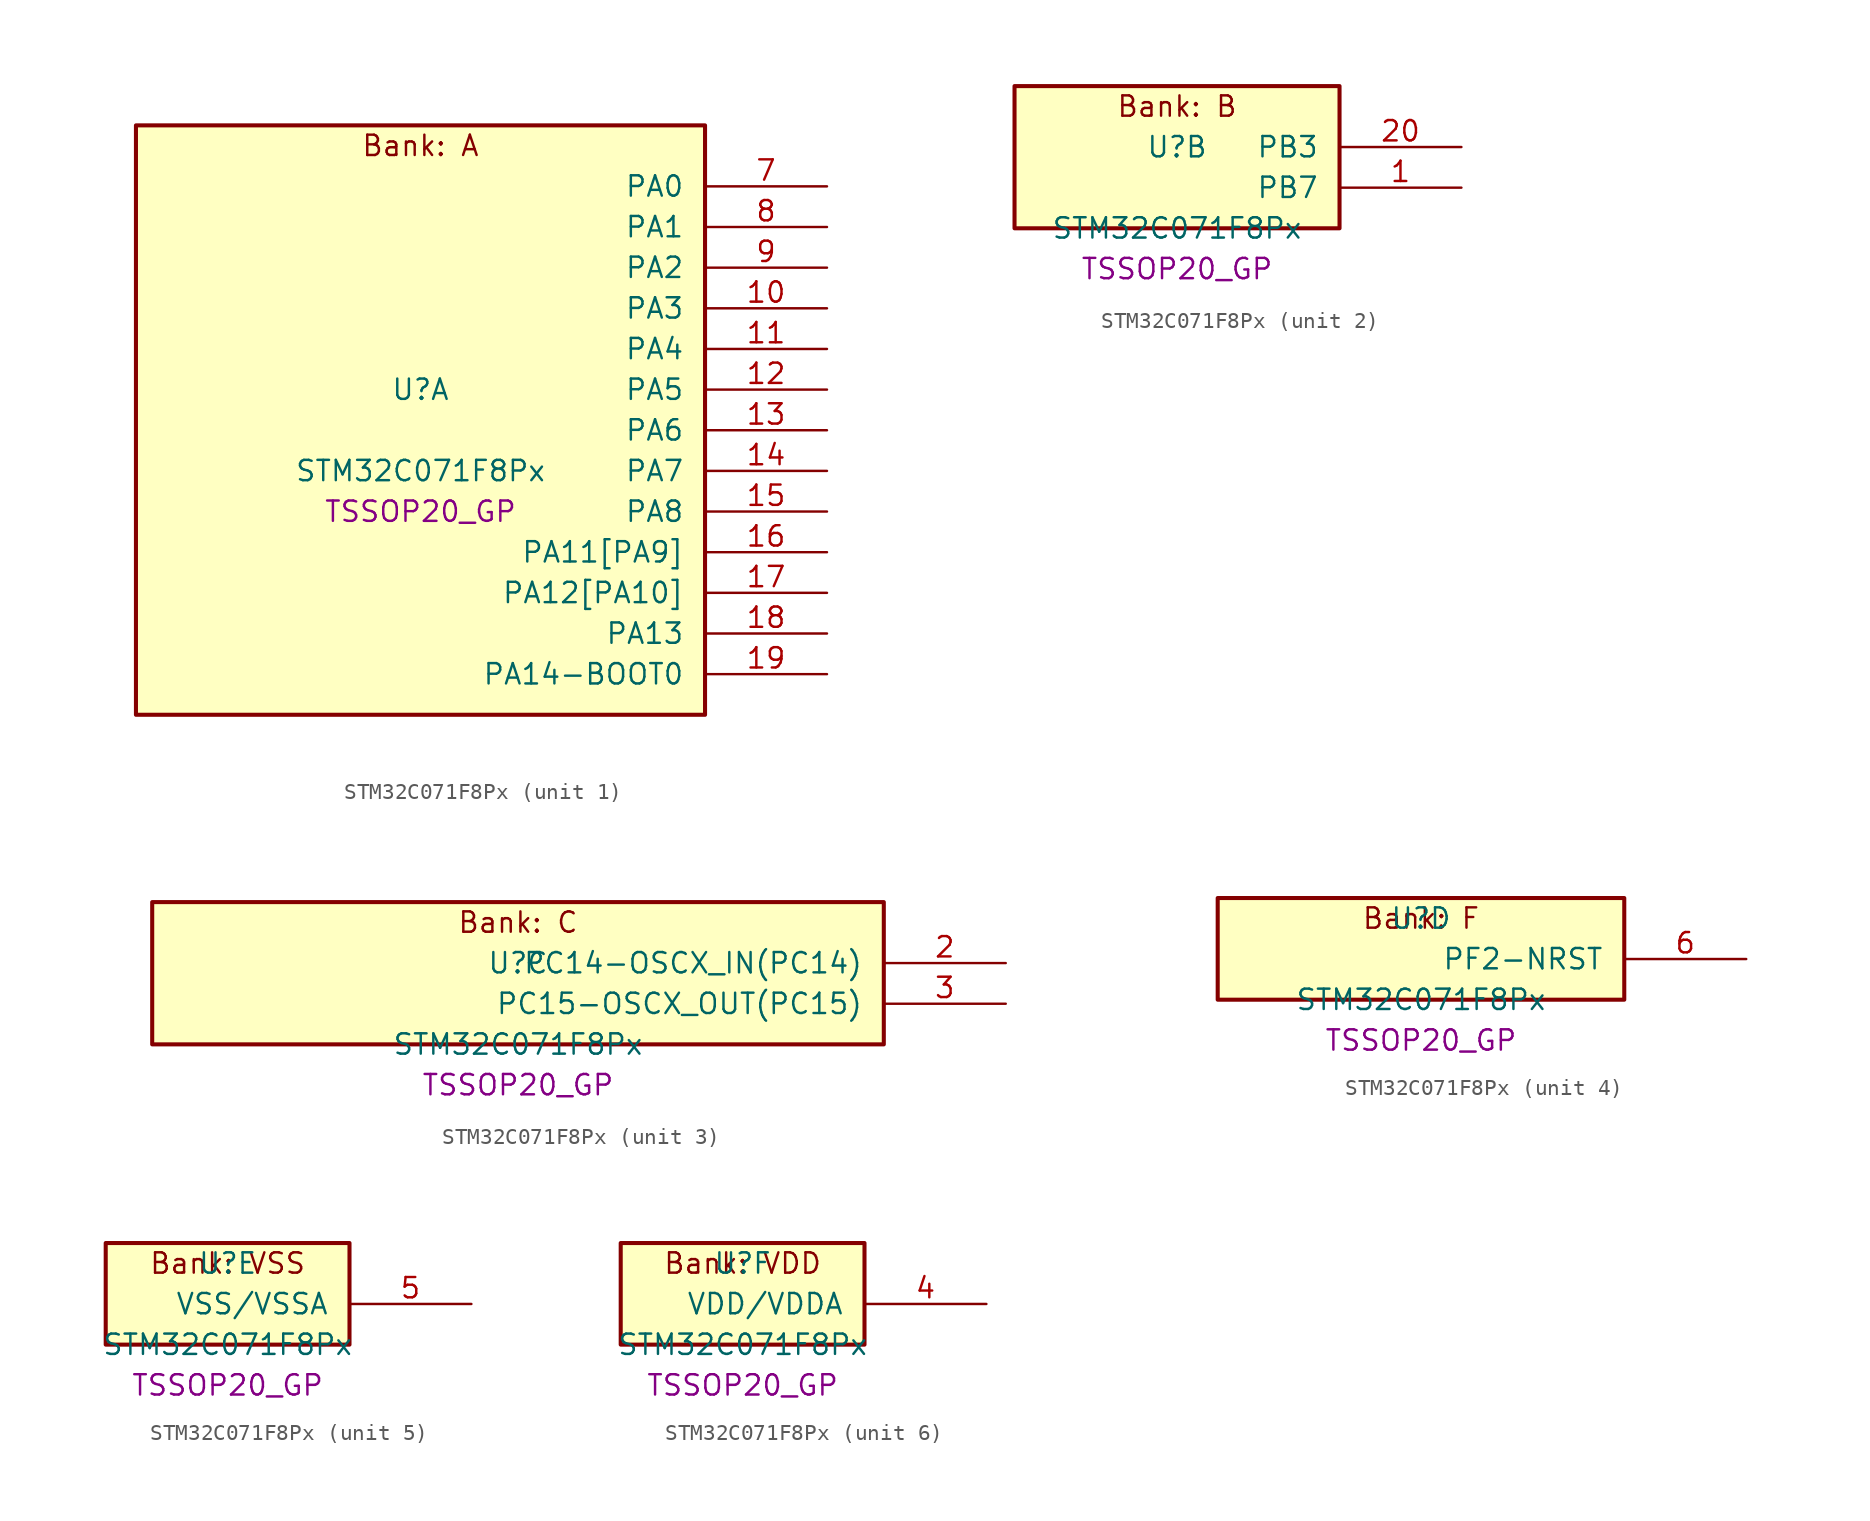
<source format=kicad_sym>
(kicad_symbol_lib
  (version 20241209)
  (generator "stm32_pkl_generator")
  (generator_version "1.0")
  (symbol "STM32C071F8Px"
    (pin_names
      (offset 1.27))
    (property "Reference" "U"
      (at 0 2.54 0))
    (property "Value" "STM32C071F8Px"
      (at 0 -2.54 0))
    (property "Footprint" "TSSOP20_GP"
      (at 0 -5.08 0))
    (symbol "STM32C071F8Px_1_1"
      (rectangle (start -17.78 19.05) (end 17.78 -17.78) (stroke (width 0.254) (type solid)) (fill (type background)))
      (text "Bank: A" (at 0 17.78 0))
      (pin bidirectional line (at 25.4 15.24 180) (length 7.62) (name "PA0") (number "7") (alternate "PA0/ADC1_IN0" bidirectional line) (alternate "PA0/PWR_WKUP1" bidirectional line) (alternate "PA0/SPI2_SCK" bidirectional line) (alternate "PA0/TIM16_CH1" bidirectional line) (alternate "PA0/TIM1_CH1" bidirectional line) (alternate "PA0/TIM2_CH1" bidirectional line) (alternate "PA0/TIM2_ETR" bidirectional line) (alternate "PA0/USART1_TX" bidirectional line) (alternate "PA0/USART2_CTS" bidirectional line) (alternate "PA0/USART2_NSS" bidirectional line))
      (pin bidirectional line (at 25.4 12.7 180) (length 7.62) (name "PA1") (number "8") (alternate "PA1/ADC1_IN1" bidirectional line) (alternate "PA1/I2C1_SMBA" bidirectional line) (alternate "PA1/I2S1_CK" bidirectional line) (alternate "PA1/SPI1_SCK" bidirectional line) (alternate "PA1/TIM17_CH1" bidirectional line) (alternate "PA1/TIM1_CH2" bidirectional line) (alternate "PA1/TIM2_CH2" bidirectional line) (alternate "PA1/USART1_RX" bidirectional line) (alternate "PA1/USART2_CK" bidirectional line) (alternate "PA1/USART2_DE" bidirectional line) (alternate "PA1/USART2_RTS" bidirectional line))
      (pin bidirectional line (at 25.4 10.16 180) (length 7.62) (name "PA2") (number "9") (alternate "PA2/ADC1_IN2" bidirectional line) (alternate "PA2/I2S1_SD" bidirectional line) (alternate "PA2/PWR_WKUP4" bidirectional line) (alternate "PA2/RCC_LSCO" bidirectional line) (alternate "PA2/SPI1_MOSI" bidirectional line) (alternate "PA2/TIM16_CH1N" bidirectional line) (alternate "PA2/TIM1_CH3" bidirectional line) (alternate "PA2/TIM2_CH3" bidirectional line) (alternate "PA2/TIM3_ETR" bidirectional line) (alternate "PA2/USART2_TX" bidirectional line))
      (pin bidirectional line (at 25.4 7.62 180) (length 7.62) (name "PA3") (number "10") (alternate "PA3/ADC1_IN3" bidirectional line) (alternate "PA3/SPI2_MISO" bidirectional line) (alternate "PA3/TIM1_CH1N" bidirectional line) (alternate "PA3/TIM1_CH4" bidirectional line) (alternate "PA3/TIM2_CH4" bidirectional line) (alternate "PA3/USART2_RX" bidirectional line))
      (pin bidirectional line (at 25.4 5.08 180) (length 7.62) (name "PA4") (number "11") (alternate "PA4/ADC1_IN4" bidirectional line) (alternate "PA4/I2S1_WS" bidirectional line) (alternate "PA4/PWR_WKUP2" bidirectional line) (alternate "PA4/RTC_OUT1" bidirectional line) (alternate "PA4/RTC_TS" bidirectional line) (alternate "PA4/SPI1_NSS" bidirectional line) (alternate "PA4/SPI2_MOSI" bidirectional line) (alternate "PA4/TIM14_CH1" bidirectional line) (alternate "PA4/TIM17_CH1N" bidirectional line) (alternate "PA4/TIM1_CH2N" bidirectional line) (alternate "PA4/USART2_TX" bidirectional line) (alternate "PA4/USB_NOE" bidirectional line))
      (pin bidirectional line (at 25.4 2.54 180) (length 7.62) (name "PA5") (number "12") (alternate "PA5/ADC1_IN5" bidirectional line) (alternate "PA5/I2S1_CK" bidirectional line) (alternate "PA5/SPI1_SCK" bidirectional line) (alternate "PA5/TIM1_CH1" bidirectional line) (alternate "PA5/TIM1_CH3N" bidirectional line) (alternate "PA5/TIM2_CH1" bidirectional line) (alternate "PA5/TIM2_ETR" bidirectional line) (alternate "PA5/USART2_RX" bidirectional line))
      (pin bidirectional line (at 25.4 0 180) (length 7.62) (name "PA6") (number "13") (alternate "PA6/ADC1_IN6" bidirectional line) (alternate "PA6/I2C2_SDA" bidirectional line) (alternate "PA6/I2S1_MCK" bidirectional line) (alternate "PA6/SPI1_MISO" bidirectional line) (alternate "PA6/TIM16_CH1" bidirectional line) (alternate "PA6/TIM1_BKIN" bidirectional line) (alternate "PA6/TIM3_CH1" bidirectional line))
      (pin bidirectional line (at 25.4 -2.54 180) (length 7.62) (name "PA7") (number "14") (alternate "PA7/ADC1_IN7" bidirectional line) (alternate "PA7/I2C2_SCL" bidirectional line) (alternate "PA7/I2S1_SD" bidirectional line) (alternate "PA7/SPI1_MOSI" bidirectional line) (alternate "PA7/TIM14_CH1" bidirectional line) (alternate "PA7/TIM17_CH1" bidirectional line) (alternate "PA7/TIM1_CH1N" bidirectional line) (alternate "PA7/TIM3_CH2" bidirectional line))
      (pin bidirectional line (at 25.4 -5.08 180) (length 7.62) (name "PA8") (number "15") (alternate "PA8/ADC1_IN8" bidirectional line) (alternate "PA8/CRS_SYNC" bidirectional line) (alternate "PA8/I2S1_WS" bidirectional line) (alternate "PA8/RCC_MCO" bidirectional line) (alternate "PA8/RCC_MCO_2" bidirectional line) (alternate "PA8/SPI1_NSS" bidirectional line) (alternate "PA8/SPI2_MISO" bidirectional line) (alternate "PA8/SPI2_NSS" bidirectional line) (alternate "PA8/TIM14_CH1" bidirectional line) (alternate "PA8/TIM1_CH1" bidirectional line) (alternate "PA8/TIM1_CH2N" bidirectional line) (alternate "PA8/TIM1_CH3N" bidirectional line) (alternate "PA8/TIM3_CH3" bidirectional line) (alternate "PA8/TIM3_CH4" bidirectional line) (alternate "PA8/USART1_RX" bidirectional line) (alternate "PA8/USART2_TX" bidirectional line))
      (pin bidirectional line (at 25.4 -7.62 180) (length 7.62) (name "PA11[PA9]") (number "16") (alternate "PA11[PA9]/ADC1_EXTI11" bidirectional line) (alternate "PA11[PA9]/I2C2_SCL" bidirectional line) (alternate "PA11[PA9]/I2S1_MCK" bidirectional line) (alternate "PA11[PA9]/SPI1_MISO" bidirectional line) (alternate "PA11[PA9]/TIM1_BKIN2" bidirectional line) (alternate "PA11[PA9]/TIM1_CH4" bidirectional line) (alternate "PA11[PA9]/USART1_CTS" bidirectional line) (alternate "PA11[PA9]/USART1_NSS" bidirectional line) (alternate "PA11[PA9]/USB_DM" bidirectional line) (alternate "PA11[PA9]/PA9[PA11]" bidirectional line) (alternate "PA11[PA9]/I2C1_SCL" bidirectional line) (alternate "PA11[PA9]/RCC_MCO" bidirectional line) (alternate "PA11[PA9]/SPI2_MISO" bidirectional line) (alternate "PA11[PA9]/TIM1_CH2" bidirectional line) (alternate "PA11[PA9]/TIM3_ETR" bidirectional line) (alternate "PA11[PA9]/USART1_TX" bidirectional line))
      (pin bidirectional line (at 25.4 -10.16 180) (length 7.62) (name "PA12[PA10]") (number "17") (alternate "PA12[PA10]/I2C2_SDA" bidirectional line) (alternate "PA12[PA10]/I2S1_SD" bidirectional line) (alternate "PA12[PA10]/I2S_CKIN" bidirectional line) (alternate "PA12[PA10]/SPI1_MOSI" bidirectional line) (alternate "PA12[PA10]/TIM1_ETR" bidirectional line) (alternate "PA12[PA10]/USART1_CK" bidirectional line) (alternate "PA12[PA10]/USART1_DE" bidirectional line) (alternate "PA12[PA10]/USART1_RTS" bidirectional line) (alternate "PA12[PA10]/USB_DP" bidirectional line) (alternate "PA12[PA10]/PA10[PA12]" bidirectional line) (alternate "PA12[PA10]/I2C1_SDA" bidirectional line) (alternate "PA12[PA10]/RCC_MCO_2" bidirectional line) (alternate "PA12[PA10]/SPI2_MOSI" bidirectional line) (alternate "PA12[PA10]/TIM17_BKIN" bidirectional line) (alternate "PA12[PA10]/TIM1_CH3" bidirectional line) (alternate "PA12[PA10]/USART1_RX" bidirectional line))
      (pin bidirectional line (at 25.4 -12.7 180) (length 7.62) (name "PA13") (number "18") (alternate "PA13/ADC1_IN13" bidirectional line) (alternate "PA13/DEBUG_SWDIO" bidirectional line) (alternate "PA13/IR_OUT" bidirectional line) (alternate "PA13/TIM3_ETR" bidirectional line) (alternate "PA13/USART2_RX" bidirectional line) (alternate "PA13/USB_NOE" bidirectional line))
      (pin bidirectional line (at 25.4 -15.24 180) (length 7.62) (name "PA14-BOOT0") (number "19") (alternate "PA14-BOOT0/ADC1_IN14" bidirectional line) (alternate "PA14-BOOT0/DEBUG_SWCLK" bidirectional line) (alternate "PA14-BOOT0/I2S1_WS" bidirectional line) (alternate "PA14-BOOT0/RCC_MCO_2" bidirectional line) (alternate "PA14-BOOT0/SPI1_NSS" bidirectional line) (alternate "PA14-BOOT0/TIM1_CH1" bidirectional line) (alternate "PA14-BOOT0/USART1_CK" bidirectional line) (alternate "PA14-BOOT0/USART1_DE" bidirectional line) (alternate "PA14-BOOT0/USART1_RTS" bidirectional line) (alternate "PA14-BOOT0/USART2_RX" bidirectional line) (alternate "PA14-BOOT0/USART2_TX" bidirectional line) (alternate "PA14-BOOT0/PA15" bidirectional line) (alternate "PA14-BOOT0/TIM2_CH1" bidirectional line) (alternate "PA14-BOOT0/TIM2_ETR" bidirectional line) (alternate "PA14-BOOT0/USB_NOE" bidirectional line)))
    (symbol "STM32C071F8Px_2_1"
      (rectangle (start -10.16 6.35) (end 10.16 -2.54) (stroke (width 0.254) (type solid)) (fill (type background)))
      (text "Bank: B" (at 0 5.08 0))
      (pin bidirectional line (at 17.78 2.54 180) (length 7.62) (name "PB3") (number "20") (alternate "PB3/I2C2_SCL" bidirectional line) (alternate "PB3/I2S1_CK" bidirectional line) (alternate "PB3/SPI1_SCK" bidirectional line) (alternate "PB3/TIM1_CH2" bidirectional line) (alternate "PB3/TIM2_CH2" bidirectional line) (alternate "PB3/TIM3_CH2" bidirectional line) (alternate "PB3/USART1_CK" bidirectional line) (alternate "PB3/USART1_DE" bidirectional line) (alternate "PB3/USART1_RTS" bidirectional line) (alternate "PB3/PB4" bidirectional line) (alternate "PB3/I2C2_SDA" bidirectional line) (alternate "PB3/I2S1_MCK" bidirectional line) (alternate "PB3/SPI1_MISO" bidirectional line) (alternate "PB3/TIM17_BKIN" bidirectional line) (alternate "PB3/TIM3_CH1" bidirectional line) (alternate "PB3/USART1_CTS" bidirectional line) (alternate "PB3/USART1_NSS" bidirectional line) (alternate "PB3/PB5" bidirectional line) (alternate "PB3/I2C1_SMBA" bidirectional line) (alternate "PB3/I2S1_SD" bidirectional line) (alternate "PB3/PWR_WKUP6" bidirectional line) (alternate "PB3/SPI1_MOSI" bidirectional line) (alternate "PB3/TIM16_BKIN" bidirectional line) (alternate "PB3/TIM3_CH3" bidirectional line) (alternate "PB3/PB6" bidirectional line) (alternate "PB3/I2C1_SCL" bidirectional line) (alternate "PB3/PWR_WKUP3" bidirectional line) (alternate "PB3/SPI2_MISO" bidirectional line) (alternate "PB3/TIM16_CH1N" bidirectional line) (alternate "PB3/TIM1_CH3" bidirectional line) (alternate "PB3/USART1_TX" bidirectional line))
      (pin bidirectional line (at 17.78 0 180) (length 7.62) (name "PB7") (number "1") (alternate "PB7/I2C1_SCL" bidirectional line) (alternate "PB7/I2C1_SDA" bidirectional line) (alternate "PB7/RTC_REFIN" bidirectional line) (alternate "PB7/SPI2_MOSI" bidirectional line) (alternate "PB7/TIM16_CH1" bidirectional line) (alternate "PB7/TIM17_CH1N" bidirectional line) (alternate "PB7/TIM1_CH4" bidirectional line) (alternate "PB7/TIM3_CH1" bidirectional line) (alternate "PB7/TIM3_CH4" bidirectional line) (alternate "PB7/USART1_RX" bidirectional line) (alternate "PB7/USART2_CTS" bidirectional line) (alternate "PB7/USART2_NSS" bidirectional line) (alternate "PB7/PB8" bidirectional line) (alternate "PB7/SPI2_SCK" bidirectional line)))
    (symbol "STM32C071F8Px_3_1"
      (rectangle (start -22.86 6.35) (end 22.86 -2.54) (stroke (width 0.254) (type solid)) (fill (type background)))
      (text "Bank: C" (at 0 5.08 0))
      (pin bidirectional line (at 30.48 2.54 180) (length 7.62) (name "PC14-OSCX_IN(PC14)") (number "2") (alternate "PC14-OSCX_IN(PC14)/I2C1_SDA" bidirectional line) (alternate "PC14-OSCX_IN(PC14)/IR_OUT" bidirectional line) (alternate "PC14-OSCX_IN(PC14)/RCC_OSCX_IN" bidirectional line) (alternate "PC14-OSCX_IN(PC14)/SPI2_NSS" bidirectional line) (alternate "PC14-OSCX_IN(PC14)/TIM17_CH1" bidirectional line) (alternate "PC14-OSCX_IN(PC14)/TIM1_BKIN2" bidirectional line) (alternate "PC14-OSCX_IN(PC14)/TIM1_ETR" bidirectional line) (alternate "PC14-OSCX_IN(PC14)/TIM3_CH2" bidirectional line) (alternate "PC14-OSCX_IN(PC14)/USART1_TX" bidirectional line) (alternate "PC14-OSCX_IN(PC14)/USART2_CK" bidirectional line) (alternate "PC14-OSCX_IN(PC14)/USART2_DE" bidirectional line) (alternate "PC14-OSCX_IN(PC14)/USART2_RTS" bidirectional line))
      (pin bidirectional line (at 30.48 0 180) (length 7.62) (name "PC15-OSCX_OUT(PC15)") (number "3") (alternate "PC15-OSCX_OUT(PC15)/RCC_OSC32_EN" bidirectional line) (alternate "PC15-OSCX_OUT(PC15)/RCC_OSCX_OUT" bidirectional line) (alternate "PC15-OSCX_OUT(PC15)/RCC_OSC_EN" bidirectional line) (alternate "PC15-OSCX_OUT(PC15)/TIM1_ETR" bidirectional line) (alternate "PC15-OSCX_OUT(PC15)/TIM3_CH3" bidirectional line)))
    (symbol "STM32C071F8Px_4_1"
      (rectangle (start -12.7 3.81) (end 12.7 -2.54) (stroke (width 0.254) (type solid)) (fill (type background)))
      (text "Bank: F" (at 0 2.54 0))
      (pin bidirectional line (at 20.32 0 180) (length 7.62) (name "PF2-NRST") (number "6") (alternate "PF2-NRST/RCC_MCO" bidirectional line) (alternate "PF2-NRST/TIM1_CH4" bidirectional line)))
    (symbol "STM32C071F8Px_5_1"
      (rectangle (start -7.62 3.81) (end 7.62 -2.54) (stroke (width 0.254) (type solid)) (fill (type background)))
      (text "Bank: VSS" (at 0 2.54 0))
      (pin power_in line (at 15.24 0 180) (length 7.62) (name "VSS/VSSA") (number "5")))
    (symbol "STM32C071F8Px_6_1"
      (rectangle (start -7.62 3.81) (end 7.62 -2.54) (stroke (width 0.254) (type solid)) (fill (type background)))
      (text "Bank: VDD" (at 0 2.54 0))
      (pin power_in line (at 15.24 0 180) (length 7.62) (name "VDD/VDDA") (number "4")))))
</source>
